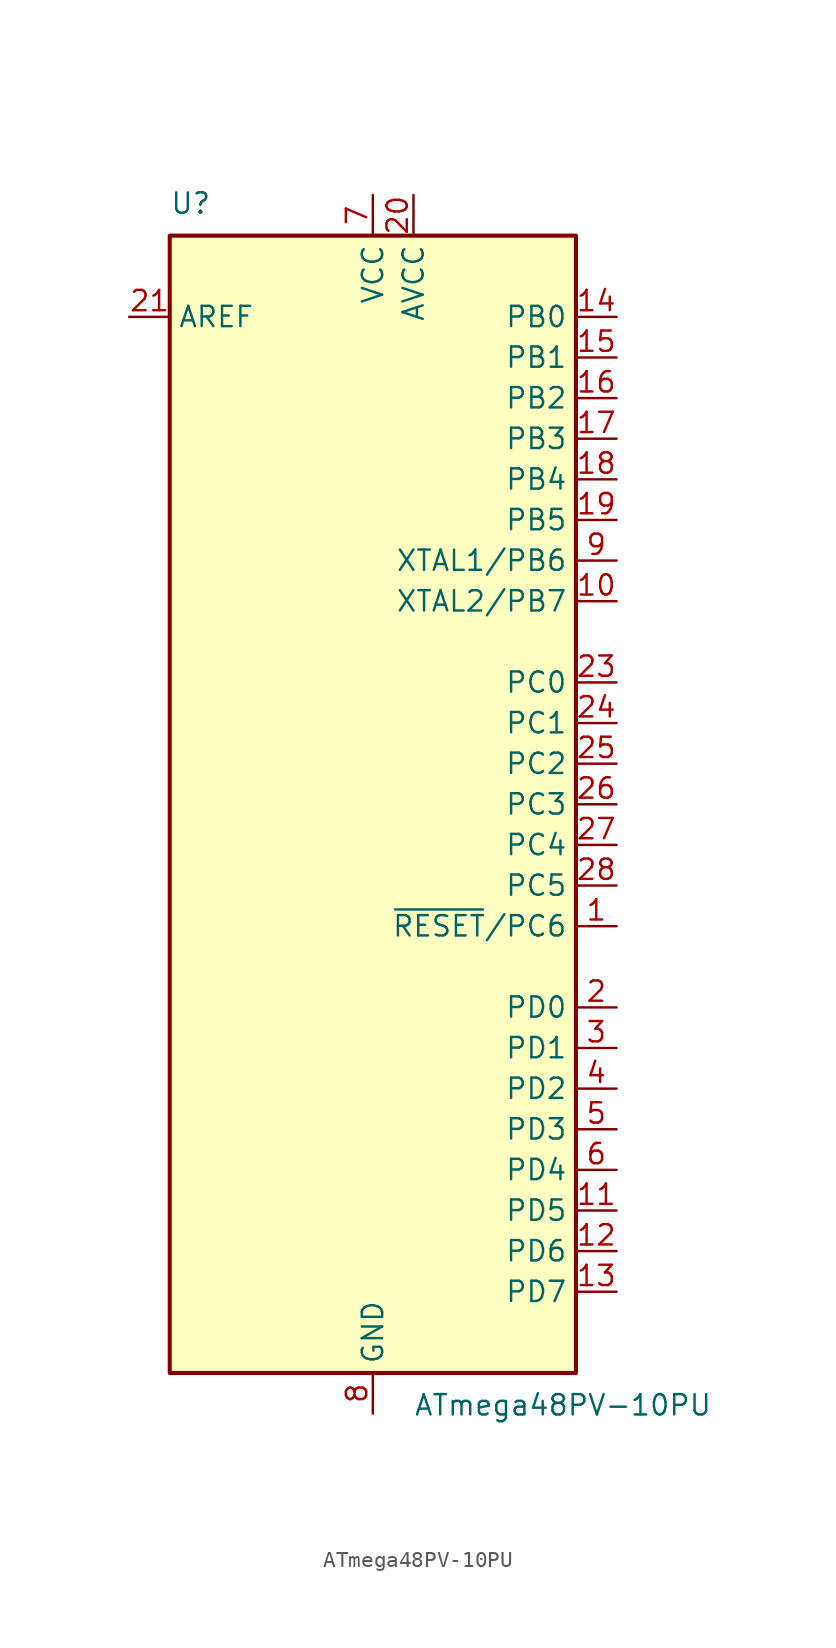
<source format=kicad_sym>
(kicad_symbol_lib
  (version 20211014)
  (generator kicad_symbol_editor)
  (symbol "ATmega48PV-10PU"
    (property "Reference" "U"
      (at -12.7 36.83 0)
      (effects (font (size 1.27 1.27)) (justify left bottom)))
    (property "Value" "ATmega48PV-10PU"
      (at 2.54 -36.83 0)
      (effects (font (size 1.27 1.27)) (justify left top)))
    (symbol "ATmega48PV-10PU_0_1"
      (rectangle (start -12.7 -35.56) (end 12.7 35.56) (stroke (width 0.254) (type default) (color 0 0 0 0)) (fill (type background))))
    (symbol "ATmega48PV-10PU_1_1"
      (pin tri_state line (at 15.24 -7.62 180) (length 2.54) (name "~{RESET}/PC6" (effects (font (size 1.27 1.27)))) (number "1" (effects (font (size 1.27 1.27)))))
      (pin tri_state line (at 15.24 12.7 180) (length 2.54) (name "XTAL2/PB7" (effects (font (size 1.27 1.27)))) (number "10" (effects (font (size 1.27 1.27)))))
      (pin tri_state line (at 15.24 -25.4 180) (length 2.54) (name "PD5" (effects (font (size 1.27 1.27)))) (number "11" (effects (font (size 1.27 1.27)))))
      (pin tri_state line (at 15.24 -27.94 180) (length 2.54) (name "PD6" (effects (font (size 1.27 1.27)))) (number "12" (effects (font (size 1.27 1.27)))))
      (pin tri_state line (at 15.24 -30.48 180) (length 2.54) (name "PD7" (effects (font (size 1.27 1.27)))) (number "13" (effects (font (size 1.27 1.27)))))
      (pin tri_state line (at 15.24 30.48 180) (length 2.54) (name "PB0" (effects (font (size 1.27 1.27)))) (number "14" (effects (font (size 1.27 1.27)))))
      (pin tri_state line (at 15.24 27.94 180) (length 2.54) (name "PB1" (effects (font (size 1.27 1.27)))) (number "15" (effects (font (size 1.27 1.27)))))
      (pin tri_state line (at 15.24 25.4 180) (length 2.54) (name "PB2" (effects (font (size 1.27 1.27)))) (number "16" (effects (font (size 1.27 1.27)))))
      (pin tri_state line (at 15.24 22.86 180) (length 2.54) (name "PB3" (effects (font (size 1.27 1.27)))) (number "17" (effects (font (size 1.27 1.27)))))
      (pin tri_state line (at 15.24 20.32 180) (length 2.54) (name "PB4" (effects (font (size 1.27 1.27)))) (number "18" (effects (font (size 1.27 1.27)))))
      (pin tri_state line (at 15.24 17.78 180) (length 2.54) (name "PB5" (effects (font (size 1.27 1.27)))) (number "19" (effects (font (size 1.27 1.27)))))
      (pin tri_state line (at 15.24 -12.7 180) (length 2.54) (name "PD0" (effects (font (size 1.27 1.27)))) (number "2" (effects (font (size 1.27 1.27)))))
      (pin power_in line (at 2.54 38.1 270) (length 2.54) (name "AVCC" (effects (font (size 1.27 1.27)))) (number "20" (effects (font (size 1.27 1.27)))))
      (pin passive line (at -15.24 30.48 0) (length 2.54) (name "AREF" (effects (font (size 1.27 1.27)))) (number "21" (effects (font (size 1.27 1.27)))))
      (pin passive line (at 0 -38.1 90) (length 2.54) hide (name "GND" (effects (font (size 1.27 1.27)))) (number "22" (effects (font (size 1.27 1.27)))))
      (pin tri_state line (at 15.24 7.62 180) (length 2.54) (name "PC0" (effects (font (size 1.27 1.27)))) (number "23" (effects (font (size 1.27 1.27)))))
      (pin tri_state line (at 15.24 5.08 180) (length 2.54) (name "PC1" (effects (font (size 1.27 1.27)))) (number "24" (effects (font (size 1.27 1.27)))))
      (pin tri_state line (at 15.24 2.54 180) (length 2.54) (name "PC2" (effects (font (size 1.27 1.27)))) (number "25" (effects (font (size 1.27 1.27)))))
      (pin tri_state line (at 15.24 0 180) (length 2.54) (name "PC3" (effects (font (size 1.27 1.27)))) (number "26" (effects (font (size 1.27 1.27)))))
      (pin tri_state line (at 15.24 -2.54 180) (length 2.54) (name "PC4" (effects (font (size 1.27 1.27)))) (number "27" (effects (font (size 1.27 1.27)))))
      (pin tri_state line (at 15.24 -5.08 180) (length 2.54) (name "PC5" (effects (font (size 1.27 1.27)))) (number "28" (effects (font (size 1.27 1.27)))))
      (pin tri_state line (at 15.24 -15.24 180) (length 2.54) (name "PD1" (effects (font (size 1.27 1.27)))) (number "3" (effects (font (size 1.27 1.27)))))
      (pin tri_state line (at 15.24 -17.78 180) (length 2.54) (name "PD2" (effects (font (size 1.27 1.27)))) (number "4" (effects (font (size 1.27 1.27)))))
      (pin tri_state line (at 15.24 -20.32 180) (length 2.54) (name "PD3" (effects (font (size 1.27 1.27)))) (number "5" (effects (font (size 1.27 1.27)))))
      (pin tri_state line (at 15.24 -22.86 180) (length 2.54) (name "PD4" (effects (font (size 1.27 1.27)))) (number "6" (effects (font (size 1.27 1.27)))))
      (pin power_in line (at 0 38.1 270) (length 2.54) (name "VCC" (effects (font (size 1.27 1.27)))) (number "7" (effects (font (size 1.27 1.27)))))
      (pin power_in line (at 0 -38.1 90) (length 2.54) (name "GND" (effects (font (size 1.27 1.27)))) (number "8" (effects (font (size 1.27 1.27)))))
      (pin tri_state line (at 15.24 15.24 180) (length 2.54) (name "XTAL1/PB6" (effects (font (size 1.27 1.27)))) (number "9" (effects (font (size 1.27 1.27))))))))
</source>
